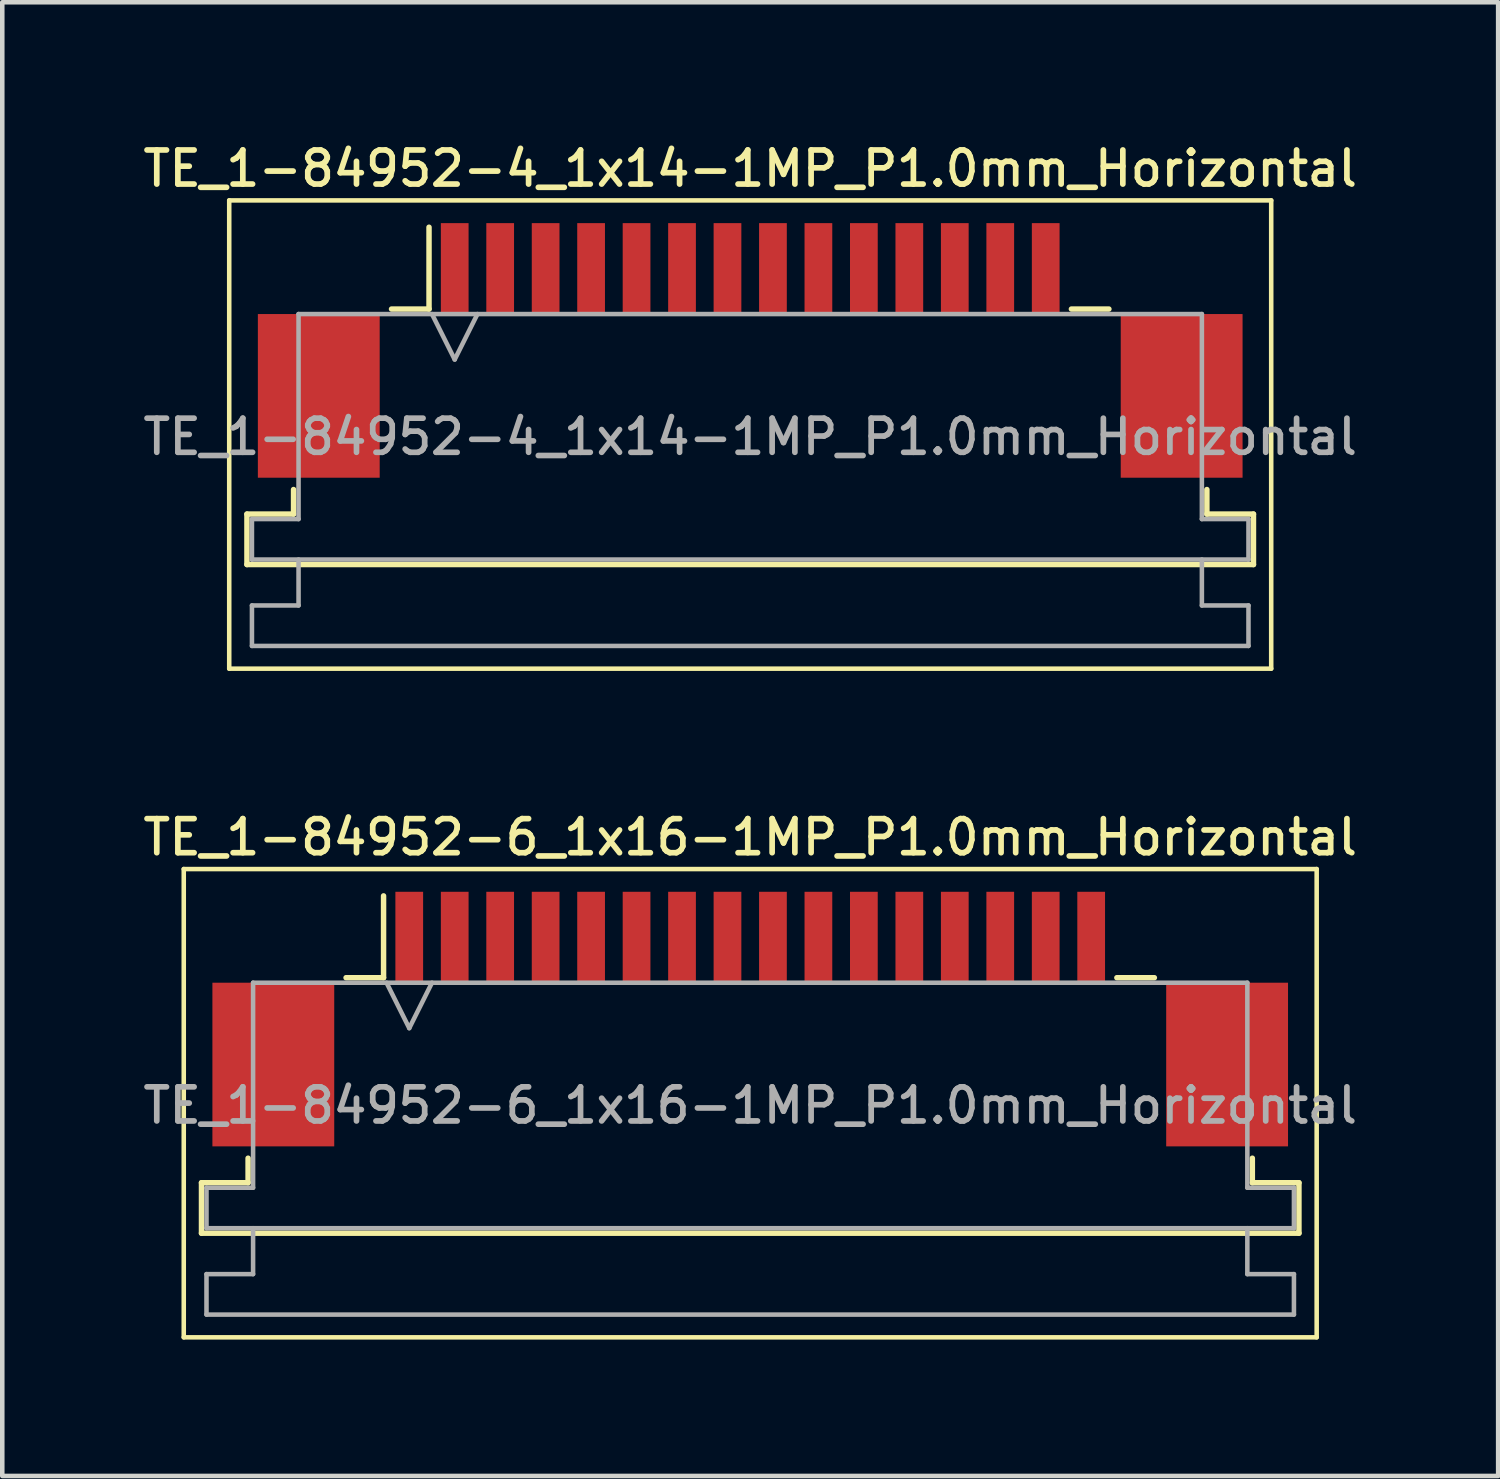
<source format=kicad_pcb>
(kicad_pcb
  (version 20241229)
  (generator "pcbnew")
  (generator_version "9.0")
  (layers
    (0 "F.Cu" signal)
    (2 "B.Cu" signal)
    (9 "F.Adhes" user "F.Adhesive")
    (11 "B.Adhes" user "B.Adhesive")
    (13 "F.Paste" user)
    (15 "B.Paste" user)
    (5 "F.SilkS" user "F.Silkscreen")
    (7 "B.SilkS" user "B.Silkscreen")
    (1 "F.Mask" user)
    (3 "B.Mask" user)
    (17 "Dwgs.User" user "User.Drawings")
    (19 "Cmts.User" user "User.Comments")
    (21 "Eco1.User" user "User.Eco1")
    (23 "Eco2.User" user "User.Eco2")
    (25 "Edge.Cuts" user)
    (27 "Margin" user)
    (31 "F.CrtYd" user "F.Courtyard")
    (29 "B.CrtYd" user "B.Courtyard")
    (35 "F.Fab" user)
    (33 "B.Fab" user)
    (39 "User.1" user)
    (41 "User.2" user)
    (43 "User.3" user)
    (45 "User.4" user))
  (footprint "TE_1-84952-4_1x14-1MP_P1.0mm_Horizontal"
    (layer "F.Cu")
    (at 13.452 4.658)
    (property "Reference" "TE_1-84952-4_1x14-1MP_P1.0mm_Horizontal" (at 0 -4 0) (layer "F.SilkS") (effects (font (size 0.75 0.75) (thickness 0.125))))
    (attr smd)
    (fp_line (start -11.46 -3.3) (end -11.46 7) (stroke (width 0.1) (type solid)) (layer "F.SilkS"))
    (fp_line (start -11.46 7) (end 11.46 7) (stroke (width 0.1) (type solid)) (layer "F.SilkS"))
    (fp_line (start -11.07 3.6) (end -10.045 3.6) (stroke (width 0.12) (type solid)) (layer "F.SilkS"))
    (fp_line (start -11.07 4.71) (end -11.07 3.6) (stroke (width 0.12) (type solid)) (layer "F.SilkS"))
    (fp_line (start -10.045 3.6) (end -10.045 3.06) (stroke (width 0.12) (type solid)) (layer "F.SilkS"))
    (fp_line (start -7.89 -0.91) (end -7.065 -0.91) (stroke (width 0.12) (type solid)) (layer "F.SilkS"))
    (fp_line (start -7.065 -0.91) (end -7.065 -2.71) (stroke (width 0.12) (type solid)) (layer "F.SilkS"))
    (fp_line (start 7.065 -0.91) (end 7.89 -0.91) (stroke (width 0.12) (type solid)) (layer "F.SilkS"))
    (fp_line (start 10.045 3.06) (end 10.045 3.6) (stroke (width 0.12) (type solid)) (layer "F.SilkS"))
    (fp_line (start 10.045 3.6) (end 11.07 3.6) (stroke (width 0.12) (type solid)) (layer "F.SilkS"))
    (fp_line (start 11.07 3.6) (end 11.07 4.71) (stroke (width 0.12) (type solid)) (layer "F.SilkS"))
    (fp_line (start 11.07 4.71) (end -11.07 4.71) (stroke (width 0.12) (type solid)) (layer "F.SilkS"))
    (fp_line (start 11.46 -3.3) (end -11.46 -3.3) (stroke (width 0.1) (type solid)) (layer "F.SilkS"))
    (fp_line (start 11.46 7) (end 11.46 -3.3) (stroke (width 0.1) (type solid)) (layer "F.SilkS"))
    (fp_line (start -10.96 3.71) (end -9.935 3.71) (stroke (width 0.1) (type solid)) (layer "F.Fab"))
    (fp_line (start -10.96 4.6) (end -10.96 3.71) (stroke (width 0.1) (type solid)) (layer "F.Fab"))
    (fp_line (start -10.96 5.61) (end -9.935 5.61) (stroke (width 0.1) (type solid)) (layer "F.Fab"))
    (fp_line (start -10.96 6.5) (end -10.96 5.61) (stroke (width 0.1) (type solid)) (layer "F.Fab"))
    (fp_line (start -9.935 -0.8) (end 9.935 -0.8) (stroke (width 0.1) (type solid)) (layer "F.Fab"))
    (fp_line (start -9.935 3.71) (end -9.935 -0.8) (stroke (width 0.1) (type solid)) (layer "F.Fab"))
    (fp_line (start -9.935 5.61) (end -9.935 4.6) (stroke (width 0.1) (type solid)) (layer "F.Fab"))
    (fp_line (start -7 -0.8) (end -6.5 0.2) (stroke (width 0.1) (type solid)) (layer "F.Fab"))
    (fp_line (start -6.5 0.2) (end -6 -0.8) (stroke (width 0.1) (type solid)) (layer "F.Fab"))
    (fp_line (start 9.935 -0.8) (end 9.935 3.71) (stroke (width 0.1) (type solid)) (layer "F.Fab"))
    (fp_line (start 9.935 3.71) (end 10.96 3.71) (stroke (width 0.1) (type solid)) (layer "F.Fab"))
    (fp_line (start 9.935 4.6) (end 9.935 5.61) (stroke (width 0.1) (type solid)) (layer "F.Fab"))
    (fp_line (start 9.935 5.61) (end 10.96 5.61) (stroke (width 0.1) (type solid)) (layer "F.Fab"))
    (fp_line (start 10.96 3.71) (end 10.96 4.6) (stroke (width 0.1) (type solid)) (layer "F.Fab"))
    (fp_line (start 10.96 4.6) (end -10.96 4.6) (stroke (width 0.1) (type solid)) (layer "F.Fab"))
    (fp_line (start 10.96 5.61) (end 10.96 6.5) (stroke (width 0.1) (type solid)) (layer "F.Fab"))
    (fp_line (start 10.96 6.5) (end -10.96 6.5) (stroke (width 0.1) (type solid)) (layer "F.Fab"))
    (fp_text user "${REFERENCE}" (at 0 1.9 0) (layer "F.Fab") (effects (font (size 0.75 0.75) (thickness 0.125))))
    (pad "1" smd rect (at -6.5 -1.8) (size 0.61 2) (layers "F.Cu" "F.Mask" "F.Paste"))
    (pad "2" smd rect (at -5.5 -1.8) (size 0.61 2) (layers "F.Cu" "F.Mask" "F.Paste"))
    (pad "3" smd rect (at -4.5 -1.8) (size 0.61 2) (layers "F.Cu" "F.Mask" "F.Paste"))
    (pad "4" smd rect (at -3.5 -1.8) (size 0.61 2) (layers "F.Cu" "F.Mask" "F.Paste"))
    (pad "5" smd rect (at -2.5 -1.8) (size 0.61 2) (layers "F.Cu" "F.Mask" "F.Paste"))
    (pad "6" smd rect (at -1.5 -1.8) (size 0.61 2) (layers "F.Cu" "F.Mask" "F.Paste"))
    (pad "7" smd rect (at -0.5 -1.8) (size 0.61 2) (layers "F.Cu" "F.Mask" "F.Paste"))
    (pad "8" smd rect (at 0.5 -1.8) (size 0.61 2) (layers "F.Cu" "F.Mask" "F.Paste"))
    (pad "9" smd rect (at 1.5 -1.8) (size 0.61 2) (layers "F.Cu" "F.Mask" "F.Paste"))
    (pad "10" smd rect (at 2.5 -1.8) (size 0.61 2) (layers "F.Cu" "F.Mask" "F.Paste"))
    (pad "11" smd rect (at 3.5 -1.8) (size 0.61 2) (layers "F.Cu" "F.Mask" "F.Paste"))
    (pad "12" smd rect (at 4.5 -1.8) (size 0.61 2) (layers "F.Cu" "F.Mask" "F.Paste"))
    (pad "13" smd rect (at 5.5 -1.8) (size 0.61 2) (layers "F.Cu" "F.Mask" "F.Paste"))
    (pad "14" smd rect (at 6.5 -1.8) (size 0.61 2) (layers "F.Cu" "F.Mask" "F.Paste"))
    (pad "MP" smd rect (at -9.49 1) (size 2.68 3.6) (layers "F.Cu" "F.Mask" "F.Paste"))
    (pad "MP" smd rect (at 9.49 1) (size 2.68 3.6) (layers "F.Cu" "F.Mask" "F.Paste")))
  (footprint "TE_1-84952-6_1x16-1MP_P1.0mm_Horizontal"
    (layer "F.Cu")
    (at 13.452 19.366)
    (property "Reference" "TE_1-84952-6_1x16-1MP_P1.0mm_Horizontal" (at 0 -4 0) (layer "F.SilkS") (effects (font (size 0.75 0.75) (thickness 0.125))))
    (attr smd)
    (fp_line (start -12.46 -3.3) (end -12.46 7) (stroke (width 0.1) (type solid)) (layer "F.SilkS"))
    (fp_line (start -12.46 7) (end 12.46 7) (stroke (width 0.1) (type solid)) (layer "F.SilkS"))
    (fp_line (start -12.07 3.6) (end -11.045 3.6) (stroke (width 0.12) (type solid)) (layer "F.SilkS"))
    (fp_line (start -12.07 4.71) (end -12.07 3.6) (stroke (width 0.12) (type solid)) (layer "F.SilkS"))
    (fp_line (start -11.045 3.6) (end -11.045 3.06) (stroke (width 0.12) (type solid)) (layer "F.SilkS"))
    (fp_line (start -8.89 -0.91) (end -8.065 -0.91) (stroke (width 0.12) (type solid)) (layer "F.SilkS"))
    (fp_line (start -8.065 -0.91) (end -8.065 -2.71) (stroke (width 0.12) (type solid)) (layer "F.SilkS"))
    (fp_line (start 8.065 -0.91) (end 8.89 -0.91) (stroke (width 0.12) (type solid)) (layer "F.SilkS"))
    (fp_line (start 11.045 3.06) (end 11.045 3.6) (stroke (width 0.12) (type solid)) (layer "F.SilkS"))
    (fp_line (start 11.045 3.6) (end 12.07 3.6) (stroke (width 0.12) (type solid)) (layer "F.SilkS"))
    (fp_line (start 12.07 3.6) (end 12.07 4.71) (stroke (width 0.12) (type solid)) (layer "F.SilkS"))
    (fp_line (start 12.07 4.71) (end -12.07 4.71) (stroke (width 0.12) (type solid)) (layer "F.SilkS"))
    (fp_line (start 12.46 -3.3) (end -12.46 -3.3) (stroke (width 0.1) (type solid)) (layer "F.SilkS"))
    (fp_line (start 12.46 7) (end 12.46 -3.3) (stroke (width 0.1) (type solid)) (layer "F.SilkS"))
    (fp_line (start -11.96 3.71) (end -10.935 3.71) (stroke (width 0.1) (type solid)) (layer "F.Fab"))
    (fp_line (start -11.96 4.6) (end -11.96 3.71) (stroke (width 0.1) (type solid)) (layer "F.Fab"))
    (fp_line (start -11.96 5.61) (end -10.935 5.61) (stroke (width 0.1) (type solid)) (layer "F.Fab"))
    (fp_line (start -11.96 6.5) (end -11.96 5.61) (stroke (width 0.1) (type solid)) (layer "F.Fab"))
    (fp_line (start -10.935 -0.8) (end 10.935 -0.8) (stroke (width 0.1) (type solid)) (layer "F.Fab"))
    (fp_line (start -10.935 3.71) (end -10.935 -0.8) (stroke (width 0.1) (type solid)) (layer "F.Fab"))
    (fp_line (start -10.935 5.61) (end -10.935 4.6) (stroke (width 0.1) (type solid)) (layer "F.Fab"))
    (fp_line (start -8 -0.8) (end -7.5 0.2) (stroke (width 0.1) (type solid)) (layer "F.Fab"))
    (fp_line (start -7.5 0.2) (end -7 -0.8) (stroke (width 0.1) (type solid)) (layer "F.Fab"))
    (fp_line (start 10.935 -0.8) (end 10.935 3.71) (stroke (width 0.1) (type solid)) (layer "F.Fab"))
    (fp_line (start 10.935 3.71) (end 11.96 3.71) (stroke (width 0.1) (type solid)) (layer "F.Fab"))
    (fp_line (start 10.935 4.6) (end 10.935 5.61) (stroke (width 0.1) (type solid)) (layer "F.Fab"))
    (fp_line (start 10.935 5.61) (end 11.96 5.61) (stroke (width 0.1) (type solid)) (layer "F.Fab"))
    (fp_line (start 11.96 3.71) (end 11.96 4.6) (stroke (width 0.1) (type solid)) (layer "F.Fab"))
    (fp_line (start 11.96 4.6) (end -11.96 4.6) (stroke (width 0.1) (type solid)) (layer "F.Fab"))
    (fp_line (start 11.96 5.61) (end 11.96 6.5) (stroke (width 0.1) (type solid)) (layer "F.Fab"))
    (fp_line (start 11.96 6.5) (end -11.96 6.5) (stroke (width 0.1) (type solid)) (layer "F.Fab"))
    (fp_text user "${REFERENCE}" (at 0 1.9 0) (layer "F.Fab") (effects (font (size 0.75 0.75) (thickness 0.125))))
    (pad "1" smd rect (at -7.5 -1.8) (size 0.61 2) (layers "F.Cu" "F.Mask" "F.Paste"))
    (pad "2" smd rect (at -6.5 -1.8) (size 0.61 2) (layers "F.Cu" "F.Mask" "F.Paste"))
    (pad "3" smd rect (at -5.5 -1.8) (size 0.61 2) (layers "F.Cu" "F.Mask" "F.Paste"))
    (pad "4" smd rect (at -4.5 -1.8) (size 0.61 2) (layers "F.Cu" "F.Mask" "F.Paste"))
    (pad "5" smd rect (at -3.5 -1.8) (size 0.61 2) (layers "F.Cu" "F.Mask" "F.Paste"))
    (pad "6" smd rect (at -2.5 -1.8) (size 0.61 2) (layers "F.Cu" "F.Mask" "F.Paste"))
    (pad "7" smd rect (at -1.5 -1.8) (size 0.61 2) (layers "F.Cu" "F.Mask" "F.Paste"))
    (pad "8" smd rect (at -0.5 -1.8) (size 0.61 2) (layers "F.Cu" "F.Mask" "F.Paste"))
    (pad "9" smd rect (at 0.5 -1.8) (size 0.61 2) (layers "F.Cu" "F.Mask" "F.Paste"))
    (pad "10" smd rect (at 1.5 -1.8) (size 0.61 2) (layers "F.Cu" "F.Mask" "F.Paste"))
    (pad "11" smd rect (at 2.5 -1.8) (size 0.61 2) (layers "F.Cu" "F.Mask" "F.Paste"))
    (pad "12" smd rect (at 3.5 -1.8) (size 0.61 2) (layers "F.Cu" "F.Mask" "F.Paste"))
    (pad "13" smd rect (at 4.5 -1.8) (size 0.61 2) (layers "F.Cu" "F.Mask" "F.Paste"))
    (pad "14" smd rect (at 5.5 -1.8) (size 0.61 2) (layers "F.Cu" "F.Mask" "F.Paste"))
    (pad "15" smd rect (at 6.5 -1.8) (size 0.61 2) (layers "F.Cu" "F.Mask" "F.Paste"))
    (pad "16" smd rect (at 7.5 -1.8) (size 0.61 2) (layers "F.Cu" "F.Mask" "F.Paste"))
    (pad "MP" smd rect (at -10.49 1) (size 2.68 3.6) (layers "F.Cu" "F.Mask" "F.Paste"))
    (pad "MP" smd rect (at 10.49 1) (size 2.68 3.6) (layers "F.Cu" "F.Mask" "F.Paste")))
  (gr_rect
    (start -3 -3)
    (end 29.904 29.416)
    (stroke (width 0.1) (type default))
    (fill no)
    (layer "Edge.Cuts")))
</source>
